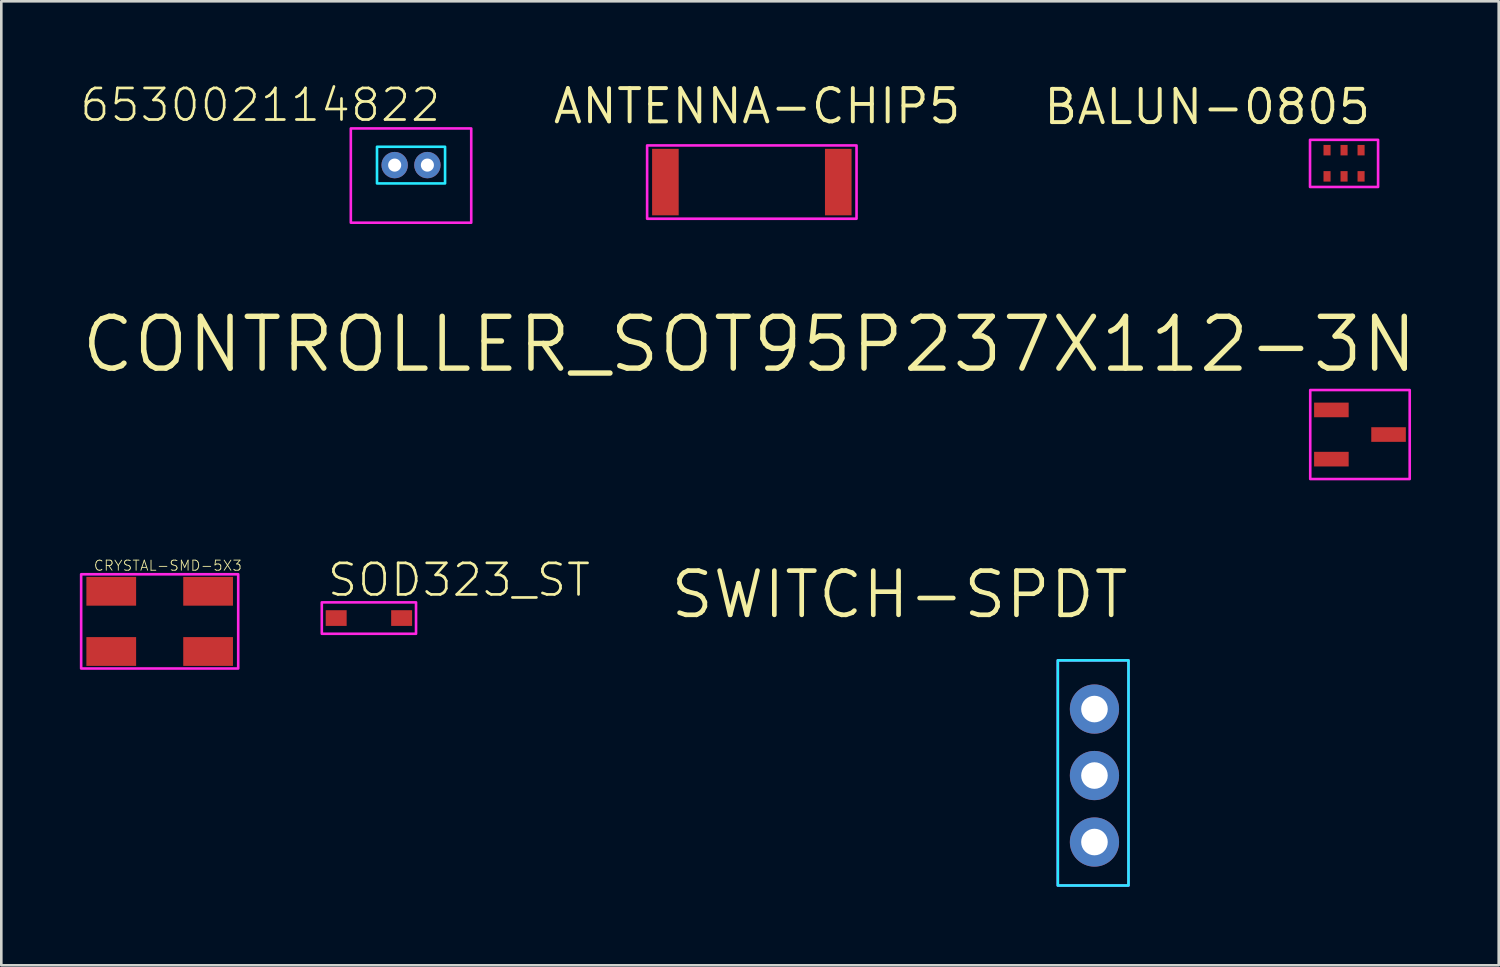
<source format=kicad_pcb>
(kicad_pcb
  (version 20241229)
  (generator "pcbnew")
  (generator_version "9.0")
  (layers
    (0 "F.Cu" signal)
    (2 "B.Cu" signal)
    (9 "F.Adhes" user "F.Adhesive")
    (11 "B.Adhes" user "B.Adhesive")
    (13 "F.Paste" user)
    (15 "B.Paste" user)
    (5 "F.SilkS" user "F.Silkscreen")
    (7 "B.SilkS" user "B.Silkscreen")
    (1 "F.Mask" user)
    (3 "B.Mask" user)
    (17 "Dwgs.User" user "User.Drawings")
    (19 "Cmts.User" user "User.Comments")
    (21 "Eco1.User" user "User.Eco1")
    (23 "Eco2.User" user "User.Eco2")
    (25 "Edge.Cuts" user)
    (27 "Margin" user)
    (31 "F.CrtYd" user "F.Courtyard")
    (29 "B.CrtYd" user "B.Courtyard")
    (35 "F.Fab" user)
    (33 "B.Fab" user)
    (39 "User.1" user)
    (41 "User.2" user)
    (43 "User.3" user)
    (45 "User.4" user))
  (footprint "SWITCH-SPDT"
    (layer "F.Cu")
    (at 38.76 26.577)
    (property "Reference" "SWITCH-SPDT" (at 1.4 -7.9 0) (layer "F.SilkS") (effects (font (size 1.689 1.689) (thickness 0.178)) (justify right top)))
    (attr through_hole)
    (fp_poly (pts (xy -1.4 -4.4) (xy 1.3 -4.4) (xy 1.3 4.2) (xy -1.4 4.2)) (stroke (width 0.1) (type solid)) (fill no) (layer "B.CrtYd"))
    (fp_poly (pts (xy -1.4 -4.4) (xy 1.3 -4.4) (xy 1.3 4.2) (xy -1.4 4.2)) (stroke (width 0.1) (type solid)) (fill no) (layer "F.CrtYd"))
    (pad "1" thru_hole circle (at 0 -2.54) (size 1.88 1.88) (drill 1.016) (layers "*.Cu" "*.Mask"))
    (pad "2" thru_hole circle (at 0 0) (size 1.88 1.88) (drill 1.016) (layers "*.Cu" "*.Mask"))
    (pad "3" thru_hole circle (at 0 2.54) (size 1.88 1.88) (drill 1.016) (layers "*.Cu" "*.Mask")))
  (footprint "SOD323_ST"
    (layer "F.Cu")
    (at 11.043 20.561)
    (property "Reference" "SOD323_ST" (at -1.65 -0.75 0) (layer "F.SilkS") (effects (font (size 1.206 1.206) (thickness 0.102)) (justify left bottom)))
    (attr through_hole)
    (fp_poly (pts (xy -1.8 -0.6) (xy 1.8 -0.6) (xy 1.8 0.6) (xy -1.8 0.6)) (stroke (width 0.1) (type solid)) (fill no) (layer "F.CrtYd"))
    (pad "A" smd rect (at 1.25 0) (size 0.8 0.6) (layers "F.Cu" "F.Mask" "F.Paste"))
    (pad "C" smd rect (at -1.25 0) (size 0.8 0.6) (layers "F.Cu" "F.Mask" "F.Paste")))
  (footprint "ANTENNA-CHIP5"
    (layer "F.Cu")
    (at 25.671 3.906)
    (property "Reference" "ANTENNA-CHIP5" (at 0.2 -2.9 0) (layer "F.SilkS") (effects (font (size 1.27 1.27) (thickness 0.15))))
    (attr through_hole)
    (fp_poly (pts (xy -4 -1.4) (xy 4 -1.4) (xy 4 1.4) (xy -4 1.4)) (stroke (width 0.1) (type solid)) (fill no) (layer "F.CrtYd"))
    (pad "FEED" smd rect (at -3.302 0 180) (size 1.016 2.54) (layers "F.Cu" "F.Mask" "F.Paste"))
    (pad "NC" smd rect (at 3.302 0 180) (size 1.016 2.54) (layers "F.Cu" "F.Mask" "F.Paste")))
  (footprint "653002114822"
    (layer "F.Cu")
    (at 12.652 3.257)
    (property "Reference" "653002114822" (at 1.2 -3 0) (layer "F.SilkS") (effects (font (size 1.206 1.206) (thickness 0.102)) (justify right top)))
    (attr through_hole)
    (fp_poly (pts (xy -1.3 -0.7) (xy 1.3 -0.7) (xy 1.3 0.7) (xy -1.3 0.7)) (stroke (width 0.1) (type solid)) (fill no) (layer "B.CrtYd"))
    (fp_poly (pts (xy -2.3 -1.4) (xy 2.3 -1.4) (xy 2.3 2.2) (xy -2.3 2.2)) (stroke (width 0.1) (type solid)) (fill no) (layer "F.CrtYd"))
    (pad "1" thru_hole circle (at 0.625 0) (size 1.008 1.008) (drill 0.5) (layers "*.Cu" "*.Mask"))
    (pad "2" thru_hole circle (at -0.625 0) (size 1.008 1.008) (drill 0.5) (layers "*.Cu" "*.Mask")))
  (footprint "CONTROLLER_SOT95P237X112-3N"
    (layer "F.Cu")
    (at 48.903 13.55)
    (property "Reference" "CONTROLLER_SOT95P237X112-3N" (at 2.3 -4.6 0) (layer "F.SilkS") (effects (font (size 1.979 1.979) (thickness 0.208)) (justify right top)))
    (attr through_hole)
    (fp_poly (pts (xy -1.9 -1.7) (xy 1.9 -1.7) (xy 1.9 1.7) (xy -1.9 1.7)) (stroke (width 0.1) (type solid)) (fill no) (layer "F.CrtYd"))
    (pad "1" smd rect (at -1.092 -0.94) (size 1.321 0.559) (layers "F.Cu" "F.Mask" "F.Paste"))
    (pad "2" smd rect (at -1.092 0.94) (size 1.321 0.559) (layers "F.Cu" "F.Mask" "F.Paste"))
    (pad "3" smd rect (at 1.092 0) (size 1.321 0.559) (layers "F.Cu" "F.Mask" "F.Paste")))
  (footprint "CRYSTAL-SMD-5X3"
    (layer "F.Cu")
    (at 3.05 20.688)
    (property "Reference" "CRYSTAL-SMD-5X3" (at -2.54 -1.905 0) (layer "F.SilkS") (effects (font (size 0.386 0.386) (thickness 0.033)) (justify left bottom)))
    (attr through_hole)
    (fp_poly (pts (xy -3 -1.8) (xy 3 -1.8) (xy 3 1.8) (xy -3 1.8)) (stroke (width 0.1) (type solid)) (fill no) (layer "F.CrtYd"))
    (pad "1" smd rect (at -1.85 1.15) (size 1.9 1.1) (layers "F.Cu" "F.Mask" "F.Paste"))
    (pad "2" smd rect (at 1.85 1.15) (size 1.9 1.1) (layers "F.Cu" "F.Mask" "F.Paste"))
    (pad "3" smd rect (at 1.85 -1.15) (size 1.9 1.1) (layers "F.Cu" "F.Mask" "F.Paste"))
    (pad "4" smd rect (at -1.85 -1.15) (size 1.9 1.1) (layers "F.Cu" "F.Mask" "F.Paste")))
  (footprint "BALUN-0805"
    (layer "F.Cu")
    (at 48.295 3.192)
    (property "Reference" "BALUN-0805" (at 1.1 -2.9 0) (layer "F.SilkS") (effects (font (size 1.27 1.27) (thickness 0.15)) (justify right top)))
    (attr through_hole)
    (fp_poly (pts (xy -1.3 -0.9) (xy 1.3 -0.9) (xy 1.3 0.9) (xy -1.3 0.9)) (stroke (width 0.1) (type solid)) (fill no) (layer "F.CrtYd"))
    (pad "1" smd rect (at -0.65 0.495) (size 0.27 0.4) (layers "F.Cu" "F.Mask" "F.Paste"))
    (pad "2" smd rect (at 0 0.495) (size 0.27 0.4) (layers "F.Cu" "F.Mask" "F.Paste"))
    (pad "3" smd rect (at 0.65 0.495) (size 0.27 0.4) (layers "F.Cu" "F.Mask" "F.Paste"))
    (pad "4" smd rect (at 0.65 -0.505) (size 0.27 0.4) (layers "F.Cu" "F.Mask" "F.Paste"))
    (pad "5" smd rect (at 0 -0.505) (size 0.27 0.4) (layers "F.Cu" "F.Mask" "F.Paste"))
    (pad "6" smd rect (at -0.65 -0.505) (size 0.27 0.4) (layers "F.Cu" "F.Mask" "F.Paste")))
  (gr_rect
    (start -3 -3)
    (end 54.203 33.827)
    (stroke (width 0.1) (type default))
    (fill no)
    (layer "Edge.Cuts")))
</source>
